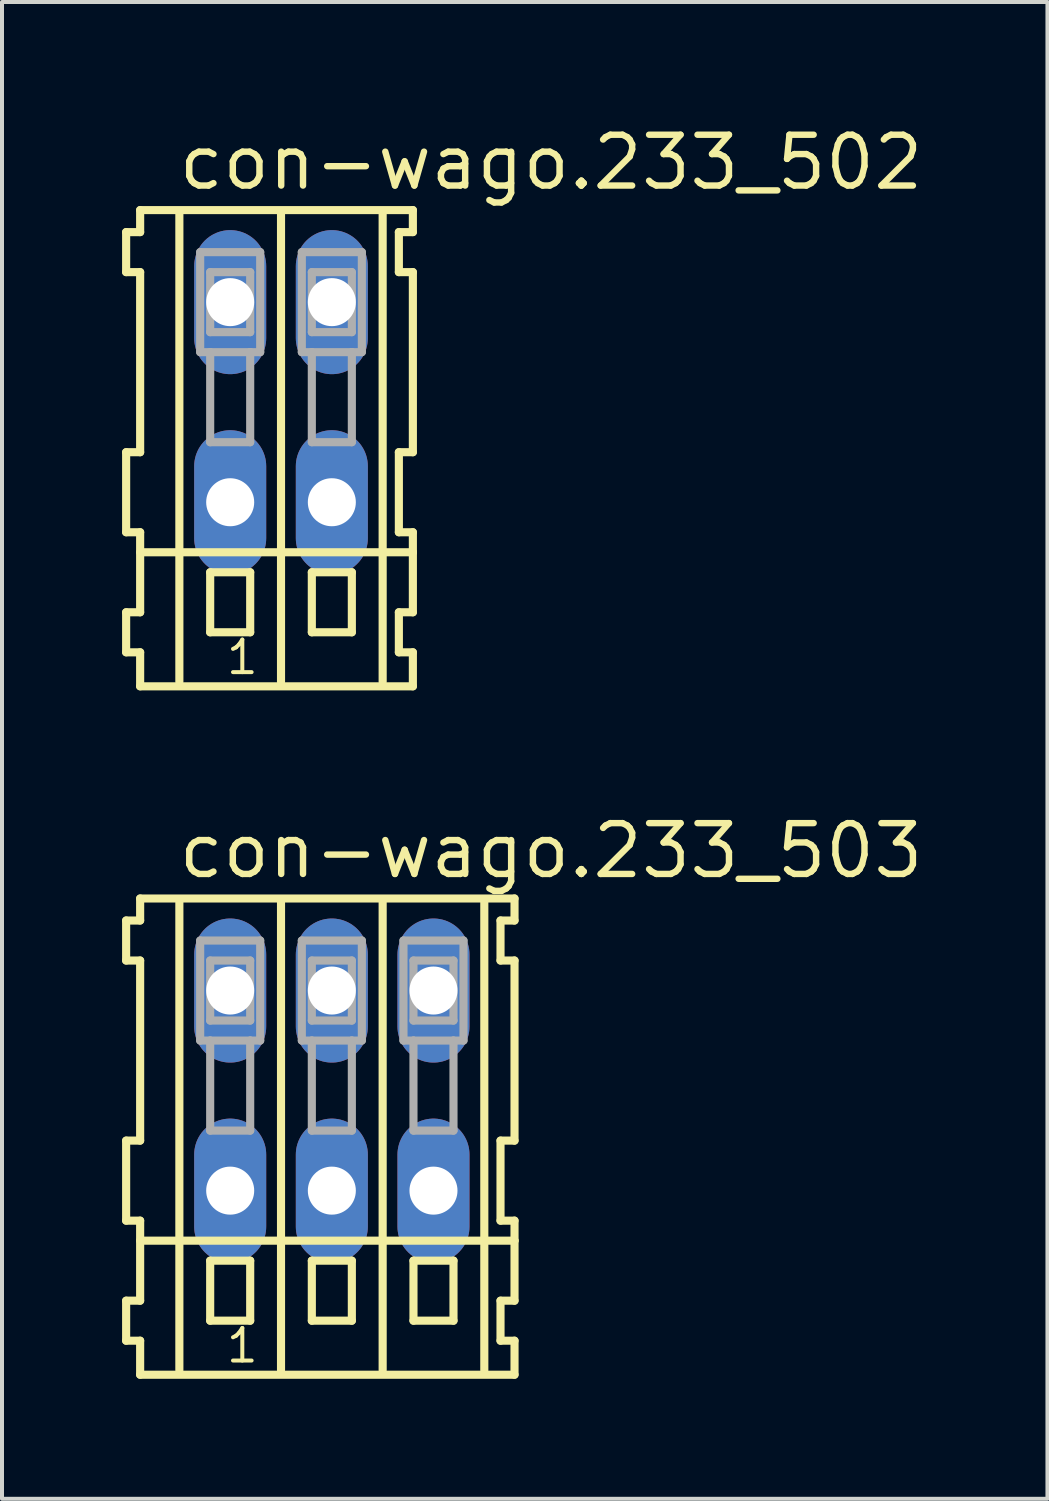
<source format=kicad_pcb>
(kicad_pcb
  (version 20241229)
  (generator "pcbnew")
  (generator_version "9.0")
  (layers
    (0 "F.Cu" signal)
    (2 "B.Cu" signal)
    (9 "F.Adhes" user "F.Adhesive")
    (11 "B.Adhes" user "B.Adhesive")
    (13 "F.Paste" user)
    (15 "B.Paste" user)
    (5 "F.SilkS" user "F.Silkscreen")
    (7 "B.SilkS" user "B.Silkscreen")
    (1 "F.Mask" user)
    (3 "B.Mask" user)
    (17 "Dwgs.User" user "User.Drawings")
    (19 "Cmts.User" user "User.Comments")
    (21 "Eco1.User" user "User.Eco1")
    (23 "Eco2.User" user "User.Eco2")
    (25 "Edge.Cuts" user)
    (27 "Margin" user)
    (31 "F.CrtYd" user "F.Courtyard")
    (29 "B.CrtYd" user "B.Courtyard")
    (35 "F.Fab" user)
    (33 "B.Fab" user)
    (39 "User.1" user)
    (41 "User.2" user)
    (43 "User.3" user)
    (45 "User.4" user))
  (footprint "con-wago.233_503"
    (layer "F.Cu")
    (at 5.242 24.202)
    (property "Reference" "con-wago.233_503" (at -3.91 -5.25 0) (layer "F.SilkS") (effects (font (size 1.27 1.27) (thickness 0.16)) (justify left bottom)))
    (attr through_hole)
    (fp_line (start -5.14 -4.25) (end -5.14 -3.25) (stroke (width 0.203) (type default)) (layer "F.SilkS"))
    (fp_line (start -5.14 -3.25) (end -4.79 -3.25) (stroke (width 0.203) (type default)) (layer "F.SilkS"))
    (fp_line (start -5.14 1.25) (end -5.14 3.25) (stroke (width 0.203) (type default)) (layer "F.SilkS"))
    (fp_line (start -5.14 3.25) (end -4.79 3.25) (stroke (width 0.203) (type default)) (layer "F.SilkS"))
    (fp_line (start -5.14 5.25) (end -5.14 6.25) (stroke (width 0.203) (type default)) (layer "F.SilkS"))
    (fp_line (start -5.14 6.25) (end -4.79 6.25) (stroke (width 0.203) (type default)) (layer "F.SilkS"))
    (fp_line (start -4.79 -4.8) (end -4.79 -4.25) (stroke (width 0.203) (type default)) (layer "F.SilkS"))
    (fp_line (start -4.79 -4.25) (end -5.14 -4.25) (stroke (width 0.203) (type default)) (layer "F.SilkS"))
    (fp_line (start -4.79 -3.25) (end -4.79 1.25) (stroke (width 0.203) (type default)) (layer "F.SilkS"))
    (fp_line (start -4.79 1.25) (end -5.14 1.25) (stroke (width 0.203) (type default)) (layer "F.SilkS"))
    (fp_line (start -4.79 3.25) (end -4.79 5.25) (stroke (width 0.203) (type default)) (layer "F.SilkS"))
    (fp_line (start -4.79 3.75) (end 4.565 3.75) (stroke (width 0.203) (type default)) (layer "F.SilkS"))
    (fp_line (start -4.79 5.25) (end -5.14 5.25) (stroke (width 0.203) (type default)) (layer "F.SilkS"))
    (fp_line (start -4.79 6.25) (end -4.79 7.1) (stroke (width 0.203) (type default)) (layer "F.SilkS"))
    (fp_line (start -4.79 7.1) (end 4.565 7.1) (stroke (width 0.203) (type default)) (layer "F.SilkS"))
    (fp_line (start -3.81 6.985) (end -3.81 -4.699) (stroke (width 0.203) (type default)) (layer "F.SilkS"))
    (fp_line (start -3.04 4.25) (end -3.04 5.75) (stroke (width 0.203) (type default)) (layer "F.SilkS"))
    (fp_line (start -3.04 5.75) (end -2.04 5.75) (stroke (width 0.203) (type default)) (layer "F.SilkS"))
    (fp_line (start -2.04 4.25) (end -3.04 4.25) (stroke (width 0.203) (type default)) (layer "F.SilkS"))
    (fp_line (start -2.04 5.75) (end -2.04 4.25) (stroke (width 0.203) (type default)) (layer "F.SilkS"))
    (fp_line (start -1.27 6.985) (end -1.27 -4.699) (stroke (width 0.203) (type default)) (layer "F.SilkS"))
    (fp_line (start -0.5 4.25) (end -0.5 5.75) (stroke (width 0.203) (type default)) (layer "F.SilkS"))
    (fp_line (start -0.5 5.75) (end 0.5 5.75) (stroke (width 0.203) (type default)) (layer "F.SilkS"))
    (fp_line (start 0.5 4.25) (end -0.5 4.25) (stroke (width 0.203) (type default)) (layer "F.SilkS"))
    (fp_line (start 0.5 5.75) (end 0.5 4.25) (stroke (width 0.203) (type default)) (layer "F.SilkS"))
    (fp_line (start 1.27 6.985) (end 1.27 -4.699) (stroke (width 0.203) (type default)) (layer "F.SilkS"))
    (fp_line (start 2.04 4.25) (end 2.04 5.75) (stroke (width 0.203) (type default)) (layer "F.SilkS"))
    (fp_line (start 2.04 5.75) (end 3.04 5.75) (stroke (width 0.203) (type default)) (layer "F.SilkS"))
    (fp_line (start 3.04 4.25) (end 2.04 4.25) (stroke (width 0.203) (type default)) (layer "F.SilkS"))
    (fp_line (start 3.04 5.75) (end 3.04 4.25) (stroke (width 0.203) (type default)) (layer "F.SilkS"))
    (fp_line (start 3.81 6.985) (end 3.81 -4.699) (stroke (width 0.203) (type default)) (layer "F.SilkS"))
    (fp_line (start 4.215 -4.25) (end 4.215 -3.25) (stroke (width 0.203) (type default)) (layer "F.SilkS"))
    (fp_line (start 4.215 -3.25) (end 4.565 -3.25) (stroke (width 0.203) (type default)) (layer "F.SilkS"))
    (fp_line (start 4.215 1.25) (end 4.215 3.25) (stroke (width 0.203) (type default)) (layer "F.SilkS"))
    (fp_line (start 4.215 3.25) (end 4.565 3.25) (stroke (width 0.203) (type default)) (layer "F.SilkS"))
    (fp_line (start 4.215 5.25) (end 4.215 6.25) (stroke (width 0.203) (type default)) (layer "F.SilkS"))
    (fp_line (start 4.215 6.25) (end 4.565 6.25) (stroke (width 0.203) (type default)) (layer "F.SilkS"))
    (fp_line (start 4.565 -4.8) (end -4.79 -4.8) (stroke (width 0.203) (type default)) (layer "F.SilkS"))
    (fp_line (start 4.565 -4.25) (end 4.215 -4.25) (stroke (width 0.203) (type default)) (layer "F.SilkS"))
    (fp_line (start 4.565 -4.25) (end 4.565 -4.8) (stroke (width 0.203) (type default)) (layer "F.SilkS"))
    (fp_line (start 4.565 1.25) (end 4.215 1.25) (stroke (width 0.203) (type default)) (layer "F.SilkS"))
    (fp_line (start 4.565 1.25) (end 4.565 -3.25) (stroke (width 0.203) (type default)) (layer "F.SilkS"))
    (fp_line (start 4.565 3.75) (end 4.565 3.25) (stroke (width 0.203) (type default)) (layer "F.SilkS"))
    (fp_line (start 4.565 5.25) (end 4.215 5.25) (stroke (width 0.203) (type default)) (layer "F.SilkS"))
    (fp_line (start 4.565 5.25) (end 4.565 3.75) (stroke (width 0.203) (type default)) (layer "F.SilkS"))
    (fp_line (start 4.565 7.1) (end 4.565 6.25) (stroke (width 0.203) (type default)) (layer "F.SilkS"))
    (fp_line (start -3.29 -3.75) (end -3.29 -1.25) (stroke (width 0.203) (type default)) (layer "F.Fab"))
    (fp_line (start -3.29 -1.25) (end -3.04 -1.25) (stroke (width 0.203) (type default)) (layer "F.Fab"))
    (fp_line (start -3.04 -3.25) (end -3.04 -1.75) (stroke (width 0.203) (type default)) (layer "F.Fab"))
    (fp_line (start -3.04 -1.75) (end -2.04 -1.75) (stroke (width 0.203) (type default)) (layer "F.Fab"))
    (fp_line (start -3.04 -1.25) (end -3.04 1) (stroke (width 0.203) (type default)) (layer "F.Fab"))
    (fp_line (start -3.04 -1.25) (end -2.04 -1.25) (stroke (width 0.203) (type default)) (layer "F.Fab"))
    (fp_line (start -3.04 1) (end -2.04 1) (stroke (width 0.203) (type default)) (layer "F.Fab"))
    (fp_line (start -2.04 -3.25) (end -3.04 -3.25) (stroke (width 0.203) (type default)) (layer "F.Fab"))
    (fp_line (start -2.04 -1.75) (end -2.04 -3.25) (stroke (width 0.203) (type default)) (layer "F.Fab"))
    (fp_line (start -2.04 -1.25) (end -1.79 -1.25) (stroke (width 0.203) (type default)) (layer "F.Fab"))
    (fp_line (start -2.04 1) (end -2.04 -1.25) (stroke (width 0.203) (type default)) (layer "F.Fab"))
    (fp_line (start -1.79 -3.75) (end -3.29 -3.75) (stroke (width 0.203) (type default)) (layer "F.Fab"))
    (fp_line (start -1.79 -1.25) (end -1.79 -3.75) (stroke (width 0.203) (type default)) (layer "F.Fab"))
    (fp_line (start -0.75 -3.75) (end -0.75 -1.25) (stroke (width 0.203) (type default)) (layer "F.Fab"))
    (fp_line (start -0.75 -1.25) (end -0.5 -1.25) (stroke (width 0.203) (type default)) (layer "F.Fab"))
    (fp_line (start -0.5 -3.25) (end -0.5 -1.75) (stroke (width 0.203) (type default)) (layer "F.Fab"))
    (fp_line (start -0.5 -1.75) (end 0.5 -1.75) (stroke (width 0.203) (type default)) (layer "F.Fab"))
    (fp_line (start -0.5 -1.25) (end -0.5 1) (stroke (width 0.203) (type default)) (layer "F.Fab"))
    (fp_line (start -0.5 -1.25) (end 0.5 -1.25) (stroke (width 0.203) (type default)) (layer "F.Fab"))
    (fp_line (start -0.5 1) (end 0.5 1) (stroke (width 0.203) (type default)) (layer "F.Fab"))
    (fp_line (start 0.5 -3.25) (end -0.5 -3.25) (stroke (width 0.203) (type default)) (layer "F.Fab"))
    (fp_line (start 0.5 -1.75) (end 0.5 -3.25) (stroke (width 0.203) (type default)) (layer "F.Fab"))
    (fp_line (start 0.5 -1.25) (end 0.75 -1.25) (stroke (width 0.203) (type default)) (layer "F.Fab"))
    (fp_line (start 0.5 1) (end 0.5 -1.25) (stroke (width 0.203) (type default)) (layer "F.Fab"))
    (fp_line (start 0.75 -3.75) (end -0.75 -3.75) (stroke (width 0.203) (type default)) (layer "F.Fab"))
    (fp_line (start 0.75 -1.25) (end 0.75 -3.75) (stroke (width 0.203) (type default)) (layer "F.Fab"))
    (fp_line (start 1.79 -3.75) (end 1.79 -1.25) (stroke (width 0.203) (type default)) (layer "F.Fab"))
    (fp_line (start 1.79 -1.25) (end 2.04 -1.25) (stroke (width 0.203) (type default)) (layer "F.Fab"))
    (fp_line (start 2.04 -3.25) (end 2.04 -1.75) (stroke (width 0.203) (type default)) (layer "F.Fab"))
    (fp_line (start 2.04 -1.75) (end 3.04 -1.75) (stroke (width 0.203) (type default)) (layer "F.Fab"))
    (fp_line (start 2.04 -1.25) (end 2.04 1) (stroke (width 0.203) (type default)) (layer "F.Fab"))
    (fp_line (start 2.04 -1.25) (end 3.04 -1.25) (stroke (width 0.203) (type default)) (layer "F.Fab"))
    (fp_line (start 2.04 1) (end 3.04 1) (stroke (width 0.203) (type default)) (layer "F.Fab"))
    (fp_line (start 3.04 -3.25) (end 2.04 -3.25) (stroke (width 0.203) (type default)) (layer "F.Fab"))
    (fp_line (start 3.04 -1.75) (end 3.04 -3.25) (stroke (width 0.203) (type default)) (layer "F.Fab"))
    (fp_line (start 3.04 -1.25) (end 3.29 -1.25) (stroke (width 0.203) (type default)) (layer "F.Fab"))
    (fp_line (start 3.04 1) (end 3.04 -1.25) (stroke (width 0.203) (type default)) (layer "F.Fab"))
    (fp_line (start 3.29 -3.75) (end 1.79 -3.75) (stroke (width 0.203) (type default)) (layer "F.Fab"))
    (fp_line (start 3.29 -1.25) (end 3.29 -3.75) (stroke (width 0.203) (type default)) (layer "F.Fab"))
    (fp_text user "1" (at -2.69 6.85 0) (layer "F.SilkS") (effects (font (size 0.813 0.813) (thickness 0.1)) (justify left bottom)))
    (pad "A1" thru_hole oval (at -2.54 -2.5 90) (size 3.6 1.8) (drill 1.2) (layers "*.Cu" "*.Mask"))
    (pad "A2" thru_hole oval (at 0 -2.5 90) (size 3.6 1.8) (drill 1.2) (layers "*.Cu" "*.Mask"))
    (pad "A3" thru_hole oval (at 2.54 -2.5 90) (size 3.6 1.8) (drill 1.2) (layers "*.Cu" "*.Mask"))
    (pad "B1" thru_hole oval (at -2.54 2.5 90) (size 3.6 1.8) (drill 1.2) (layers "*.Cu" "*.Mask"))
    (pad "B2" thru_hole oval (at 0 2.5 90) (size 3.6 1.8) (drill 1.2) (layers "*.Cu" "*.Mask"))
    (pad "B3" thru_hole oval (at 2.54 2.5 90) (size 3.6 1.8) (drill 1.2) (layers "*.Cu" "*.Mask")))
  (footprint "con-wago.233_502"
    (layer "F.Cu")
    (at 3.972 7)
    (property "Reference" "con-wago.233_502" (at -2.64 -5.25 0) (layer "F.SilkS") (effects (font (size 1.27 1.27) (thickness 0.16)) (justify left bottom)))
    (attr through_hole)
    (fp_line (start -3.87 -4.25) (end -3.87 -3.25) (stroke (width 0.203) (type default)) (layer "F.SilkS"))
    (fp_line (start -3.87 -3.25) (end -3.52 -3.25) (stroke (width 0.203) (type default)) (layer "F.SilkS"))
    (fp_line (start -3.87 1.25) (end -3.87 3.25) (stroke (width 0.203) (type default)) (layer "F.SilkS"))
    (fp_line (start -3.87 3.25) (end -3.52 3.25) (stroke (width 0.203) (type default)) (layer "F.SilkS"))
    (fp_line (start -3.87 5.25) (end -3.87 6.25) (stroke (width 0.203) (type default)) (layer "F.SilkS"))
    (fp_line (start -3.87 6.25) (end -3.52 6.25) (stroke (width 0.203) (type default)) (layer "F.SilkS"))
    (fp_line (start -3.52 -4.8) (end -3.52 -4.25) (stroke (width 0.203) (type default)) (layer "F.SilkS"))
    (fp_line (start -3.52 -4.25) (end -3.87 -4.25) (stroke (width 0.203) (type default)) (layer "F.SilkS"))
    (fp_line (start -3.52 -3.25) (end -3.52 1.25) (stroke (width 0.203) (type default)) (layer "F.SilkS"))
    (fp_line (start -3.52 1.25) (end -3.87 1.25) (stroke (width 0.203) (type default)) (layer "F.SilkS"))
    (fp_line (start -3.52 3.25) (end -3.52 5.25) (stroke (width 0.203) (type default)) (layer "F.SilkS"))
    (fp_line (start -3.52 3.75) (end 3.295 3.75) (stroke (width 0.203) (type default)) (layer "F.SilkS"))
    (fp_line (start -3.52 5.25) (end -3.87 5.25) (stroke (width 0.203) (type default)) (layer "F.SilkS"))
    (fp_line (start -3.52 6.25) (end -3.52 7.1) (stroke (width 0.203) (type default)) (layer "F.SilkS"))
    (fp_line (start -3.52 7.1) (end 3.295 7.1) (stroke (width 0.203) (type default)) (layer "F.SilkS"))
    (fp_line (start -2.54 6.985) (end -2.54 -4.699) (stroke (width 0.203) (type default)) (layer "F.SilkS"))
    (fp_line (start -1.77 4.25) (end -1.77 5.75) (stroke (width 0.203) (type default)) (layer "F.SilkS"))
    (fp_line (start -1.77 5.75) (end -0.77 5.75) (stroke (width 0.203) (type default)) (layer "F.SilkS"))
    (fp_line (start -0.77 4.25) (end -1.77 4.25) (stroke (width 0.203) (type default)) (layer "F.SilkS"))
    (fp_line (start -0.77 5.75) (end -0.77 4.25) (stroke (width 0.203) (type default)) (layer "F.SilkS"))
    (fp_line (start 0 6.985) (end 0 -4.699) (stroke (width 0.203) (type default)) (layer "F.SilkS"))
    (fp_line (start 0.77 4.25) (end 0.77 5.75) (stroke (width 0.203) (type default)) (layer "F.SilkS"))
    (fp_line (start 0.77 5.75) (end 1.77 5.75) (stroke (width 0.203) (type default)) (layer "F.SilkS"))
    (fp_line (start 1.77 4.25) (end 0.77 4.25) (stroke (width 0.203) (type default)) (layer "F.SilkS"))
    (fp_line (start 1.77 5.75) (end 1.77 4.25) (stroke (width 0.203) (type default)) (layer "F.SilkS"))
    (fp_line (start 2.54 6.985) (end 2.54 -4.699) (stroke (width 0.203) (type default)) (layer "F.SilkS"))
    (fp_line (start 2.945 -4.25) (end 2.945 -3.25) (stroke (width 0.203) (type default)) (layer "F.SilkS"))
    (fp_line (start 2.945 -3.25) (end 3.295 -3.25) (stroke (width 0.203) (type default)) (layer "F.SilkS"))
    (fp_line (start 2.945 1.25) (end 2.945 3.25) (stroke (width 0.203) (type default)) (layer "F.SilkS"))
    (fp_line (start 2.945 3.25) (end 3.295 3.25) (stroke (width 0.203) (type default)) (layer "F.SilkS"))
    (fp_line (start 2.945 5.25) (end 2.945 6.25) (stroke (width 0.203) (type default)) (layer "F.SilkS"))
    (fp_line (start 2.945 6.25) (end 3.295 6.25) (stroke (width 0.203) (type default)) (layer "F.SilkS"))
    (fp_line (start 3.295 -4.8) (end -3.52 -4.8) (stroke (width 0.203) (type default)) (layer "F.SilkS"))
    (fp_line (start 3.295 -4.25) (end 2.945 -4.25) (stroke (width 0.203) (type default)) (layer "F.SilkS"))
    (fp_line (start 3.295 -4.25) (end 3.295 -4.8) (stroke (width 0.203) (type default)) (layer "F.SilkS"))
    (fp_line (start 3.295 1.25) (end 2.945 1.25) (stroke (width 0.203) (type default)) (layer "F.SilkS"))
    (fp_line (start 3.295 1.25) (end 3.295 -3.25) (stroke (width 0.203) (type default)) (layer "F.SilkS"))
    (fp_line (start 3.295 3.75) (end 3.295 3.25) (stroke (width 0.203) (type default)) (layer "F.SilkS"))
    (fp_line (start 3.295 5.25) (end 2.945 5.25) (stroke (width 0.203) (type default)) (layer "F.SilkS"))
    (fp_line (start 3.295 5.25) (end 3.295 3.75) (stroke (width 0.203) (type default)) (layer "F.SilkS"))
    (fp_line (start 3.295 7.1) (end 3.295 6.25) (stroke (width 0.203) (type default)) (layer "F.SilkS"))
    (fp_line (start -2.02 -3.75) (end -2.02 -1.25) (stroke (width 0.203) (type default)) (layer "F.Fab"))
    (fp_line (start -2.02 -1.25) (end -1.77 -1.25) (stroke (width 0.203) (type default)) (layer "F.Fab"))
    (fp_line (start -1.77 -3.25) (end -1.77 -1.75) (stroke (width 0.203) (type default)) (layer "F.Fab"))
    (fp_line (start -1.77 -1.75) (end -0.77 -1.75) (stroke (width 0.203) (type default)) (layer "F.Fab"))
    (fp_line (start -1.77 -1.25) (end -1.77 1) (stroke (width 0.203) (type default)) (layer "F.Fab"))
    (fp_line (start -1.77 -1.25) (end -0.77 -1.25) (stroke (width 0.203) (type default)) (layer "F.Fab"))
    (fp_line (start -1.77 1) (end -0.77 1) (stroke (width 0.203) (type default)) (layer "F.Fab"))
    (fp_line (start -0.77 -3.25) (end -1.77 -3.25) (stroke (width 0.203) (type default)) (layer "F.Fab"))
    (fp_line (start -0.77 -1.75) (end -0.77 -3.25) (stroke (width 0.203) (type default)) (layer "F.Fab"))
    (fp_line (start -0.77 -1.25) (end -0.52 -1.25) (stroke (width 0.203) (type default)) (layer "F.Fab"))
    (fp_line (start -0.77 1) (end -0.77 -1.25) (stroke (width 0.203) (type default)) (layer "F.Fab"))
    (fp_line (start -0.52 -3.75) (end -2.02 -3.75) (stroke (width 0.203) (type default)) (layer "F.Fab"))
    (fp_line (start -0.52 -1.25) (end -0.52 -3.75) (stroke (width 0.203) (type default)) (layer "F.Fab"))
    (fp_line (start 0.52 -3.75) (end 0.52 -1.25) (stroke (width 0.203) (type default)) (layer "F.Fab"))
    (fp_line (start 0.52 -1.25) (end 0.77 -1.25) (stroke (width 0.203) (type default)) (layer "F.Fab"))
    (fp_line (start 0.77 -3.25) (end 0.77 -1.75) (stroke (width 0.203) (type default)) (layer "F.Fab"))
    (fp_line (start 0.77 -1.75) (end 1.77 -1.75) (stroke (width 0.203) (type default)) (layer "F.Fab"))
    (fp_line (start 0.77 -1.25) (end 0.77 1) (stroke (width 0.203) (type default)) (layer "F.Fab"))
    (fp_line (start 0.77 -1.25) (end 1.77 -1.25) (stroke (width 0.203) (type default)) (layer "F.Fab"))
    (fp_line (start 0.77 1) (end 1.77 1) (stroke (width 0.203) (type default)) (layer "F.Fab"))
    (fp_line (start 1.77 -3.25) (end 0.77 -3.25) (stroke (width 0.203) (type default)) (layer "F.Fab"))
    (fp_line (start 1.77 -1.75) (end 1.77 -3.25) (stroke (width 0.203) (type default)) (layer "F.Fab"))
    (fp_line (start 1.77 -1.25) (end 2.02 -1.25) (stroke (width 0.203) (type default)) (layer "F.Fab"))
    (fp_line (start 1.77 1) (end 1.77 -1.25) (stroke (width 0.203) (type default)) (layer "F.Fab"))
    (fp_line (start 2.02 -3.75) (end 0.52 -3.75) (stroke (width 0.203) (type default)) (layer "F.Fab"))
    (fp_line (start 2.02 -1.25) (end 2.02 -3.75) (stroke (width 0.203) (type default)) (layer "F.Fab"))
    (fp_text user "1" (at -1.42 6.85 0) (layer "F.SilkS") (effects (font (size 0.813 0.813) (thickness 0.1)) (justify left bottom)))
    (pad "A1" thru_hole oval (at -1.27 -2.5 90) (size 3.6 1.8) (drill 1.2) (layers "*.Cu" "*.Mask"))
    (pad "A2" thru_hole oval (at 1.27 -2.5 90) (size 3.6 1.8) (drill 1.2) (layers "*.Cu" "*.Mask"))
    (pad "B1" thru_hole oval (at -1.27 2.5 90) (size 3.6 1.8) (drill 1.2) (layers "*.Cu" "*.Mask"))
    (pad "B2" thru_hole oval (at 1.27 2.5 90) (size 3.6 1.8) (drill 1.2) (layers "*.Cu" "*.Mask")))
  (gr_rect
    (start -3 -3)
    (end 23.124 34.403)
    (stroke (width 0.1) (type default))
    (fill no)
    (layer "Edge.Cuts")))
</source>
